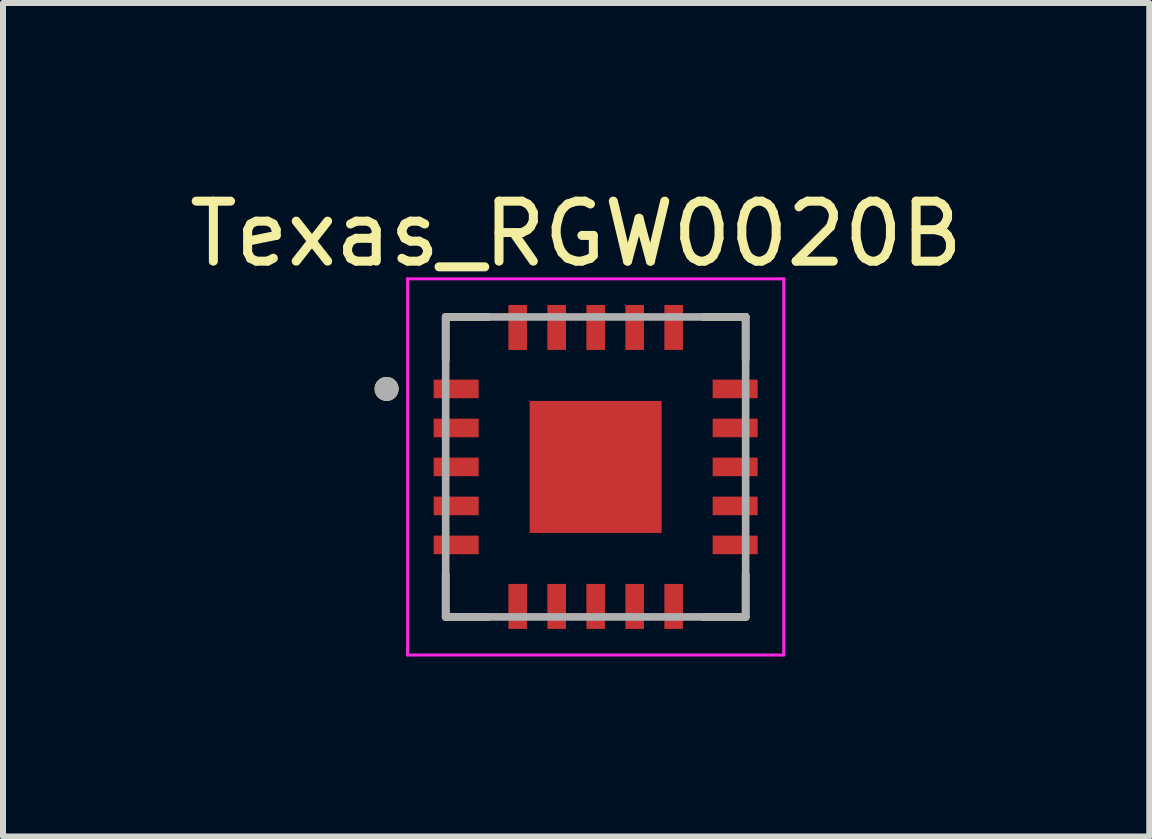
<source format=kicad_pcb>
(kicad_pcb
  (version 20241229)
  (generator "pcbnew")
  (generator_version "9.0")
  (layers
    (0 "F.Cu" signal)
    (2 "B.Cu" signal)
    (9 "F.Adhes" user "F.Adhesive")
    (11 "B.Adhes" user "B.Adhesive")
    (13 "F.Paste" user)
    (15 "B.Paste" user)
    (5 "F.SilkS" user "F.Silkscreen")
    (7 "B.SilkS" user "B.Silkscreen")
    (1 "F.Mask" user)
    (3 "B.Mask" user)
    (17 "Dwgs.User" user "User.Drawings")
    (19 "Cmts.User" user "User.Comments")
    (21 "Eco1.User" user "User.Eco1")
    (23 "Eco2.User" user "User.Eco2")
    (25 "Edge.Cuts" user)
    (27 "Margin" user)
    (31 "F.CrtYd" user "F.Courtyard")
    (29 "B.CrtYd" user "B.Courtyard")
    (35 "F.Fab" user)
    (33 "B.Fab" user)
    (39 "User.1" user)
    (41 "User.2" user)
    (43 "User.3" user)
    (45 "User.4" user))
  (footprint "Texas_RGW0020B"
    (layer "F.Cu")
    (at 6.879 4.733)
    (property "Reference" "Texas_RGW0020B" (at -0.325 -3.885 0) (layer "F.SilkS") (effects (font (size 1 1) (thickness 0.15))))
    (attr through_hole)
    (fp_line (start -2.5 -2.5) (end -2.5 -1.79) (stroke (width 0.127) (type solid)) (layer "F.SilkS"))
    (fp_line (start -2.5 -2.5) (end -1.79 -2.5) (stroke (width 0.127) (type solid)) (layer "F.SilkS"))
    (fp_line (start -2.5 2.5) (end -2.5 1.79) (stroke (width 0.127) (type solid)) (layer "F.SilkS"))
    (fp_line (start -2.5 2.5) (end -1.79 2.5) (stroke (width 0.127) (type solid)) (layer "F.SilkS"))
    (fp_line (start 2.5 -2.5) (end 1.79 -2.5) (stroke (width 0.127) (type solid)) (layer "F.SilkS"))
    (fp_line (start 2.5 -2.5) (end 2.5 -1.79) (stroke (width 0.127) (type solid)) (layer "F.SilkS"))
    (fp_line (start 2.5 2.5) (end 1.79 2.5) (stroke (width 0.127) (type solid)) (layer "F.SilkS"))
    (fp_line (start 2.5 2.5) (end 2.5 1.79) (stroke (width 0.127) (type solid)) (layer "F.SilkS"))
    (fp_circle (center -3.485 -1.3) (end -3.385 -1.3) (stroke (width 0.2) (type solid)) (fill no) (layer "F.SilkS"))
    (fp_poly (pts (xy -1.08 -1.08) (xy -0.11 -1.08) (xy -0.11 -0.09) (xy -1.08 -0.09)) (stroke (width 0.01) (type solid)) (fill yes) (layer "F.Paste"))
    (fp_poly (pts (xy -1.08 0.09) (xy -0.11 0.09) (xy -0.11 1.08) (xy -1.08 1.08)) (stroke (width 0.01) (type solid)) (fill yes) (layer "F.Paste"))
    (fp_poly (pts (xy 0.11 -1.08) (xy 1.08 -1.08) (xy 1.08 -0.09) (xy 0.11 -0.09)) (stroke (width 0.01) (type solid)) (fill yes) (layer "F.Paste"))
    (fp_poly (pts (xy 0.11 0.09) (xy 1.08 0.09) (xy 1.08 1.08) (xy 0.11 1.08)) (stroke (width 0.01) (type solid)) (fill yes) (layer "F.Paste"))
    (fp_line (start -3.135 -3.135) (end 3.135 -3.135) (stroke (width 0.05) (type solid)) (layer "F.CrtYd"))
    (fp_line (start -3.135 3.135) (end -3.135 -3.135) (stroke (width 0.05) (type solid)) (layer "F.CrtYd"))
    (fp_line (start -3.135 3.135) (end 3.135 3.135) (stroke (width 0.05) (type solid)) (layer "F.CrtYd"))
    (fp_line (start 3.135 3.135) (end 3.135 -3.135) (stroke (width 0.05) (type solid)) (layer "F.CrtYd"))
    (fp_line (start -2.5 2.5) (end -2.5 -2.5) (stroke (width 0.127) (type solid)) (layer "F.Fab"))
    (fp_line (start 2.5 -2.5) (end -2.5 -2.5) (stroke (width 0.127) (type solid)) (layer "F.Fab"))
    (fp_line (start 2.5 2.5) (end -2.5 2.5) (stroke (width 0.127) (type solid)) (layer "F.Fab"))
    (fp_line (start 2.5 2.5) (end 2.5 -2.5) (stroke (width 0.127) (type solid)) (layer "F.Fab"))
    (fp_circle (center -3.485 -1.3) (end -3.385 -1.3) (stroke (width 0.2) (type solid)) (fill no) (layer "F.Fab"))
    (pad "1" smd rect (at -2.325 -1.3) (size 0.75 0.31) (layers "F.Cu" "F.Mask" "F.Paste"))
    (pad "2" smd rect (at -2.325 -0.65) (size 0.75 0.31) (layers "F.Cu" "F.Mask" "F.Paste"))
    (pad "3" smd rect (at -2.325 0) (size 0.75 0.31) (layers "F.Cu" "F.Mask" "F.Paste"))
    (pad "4" smd rect (at -2.325 0.65) (size 0.75 0.31) (layers "F.Cu" "F.Mask" "F.Paste"))
    (pad "5" smd rect (at -2.325 1.3) (size 0.75 0.31) (layers "F.Cu" "F.Mask" "F.Paste"))
    (pad "6" smd rect (at -1.3 2.325) (size 0.31 0.75) (layers "F.Cu" "F.Mask" "F.Paste"))
    (pad "7" smd rect (at -0.65 2.325) (size 0.31 0.75) (layers "F.Cu" "F.Mask" "F.Paste"))
    (pad "8" smd rect (at 0 2.325) (size 0.31 0.75) (layers "F.Cu" "F.Mask" "F.Paste"))
    (pad "9" smd rect (at 0.65 2.325) (size 0.31 0.75) (layers "F.Cu" "F.Mask" "F.Paste"))
    (pad "10" smd rect (at 1.3 2.325) (size 0.31 0.75) (layers "F.Cu" "F.Mask" "F.Paste"))
    (pad "11" smd rect (at 2.325 1.3) (size 0.75 0.31) (layers "F.Cu" "F.Mask" "F.Paste"))
    (pad "12" smd rect (at 2.325 0.65) (size 0.75 0.31) (layers "F.Cu" "F.Mask" "F.Paste"))
    (pad "13" smd rect (at 2.325 0) (size 0.75 0.31) (layers "F.Cu" "F.Mask" "F.Paste"))
    (pad "14" smd rect (at 2.325 -0.65) (size 0.75 0.31) (layers "F.Cu" "F.Mask" "F.Paste"))
    (pad "15" smd rect (at 2.325 -1.3) (size 0.75 0.31) (layers "F.Cu" "F.Mask" "F.Paste"))
    (pad "16" smd rect (at 1.3 -2.325) (size 0.31 0.75) (layers "F.Cu" "F.Mask" "F.Paste"))
    (pad "17" smd rect (at 0.65 -2.325) (size 0.31 0.75) (layers "F.Cu" "F.Mask" "F.Paste"))
    (pad "18" smd rect (at 0 -2.325) (size 0.31 0.75) (layers "F.Cu" "F.Mask" "F.Paste"))
    (pad "19" smd rect (at -0.65 -2.325) (size 0.31 0.75) (layers "F.Cu" "F.Mask" "F.Paste"))
    (pad "20" smd rect (at -1.3 -2.325) (size 0.31 0.75) (layers "F.Cu" "F.Mask" "F.Paste"))
    (pad "21" smd rect (at 0 0) (size 2.2 2.2) (layers "F.Cu" "F.Mask")))
  (gr_rect
    (start -3 -3)
    (end 16.107 10.893)
    (stroke (width 0.1) (type default))
    (fill no)
    (layer "Edge.Cuts")))
</source>
